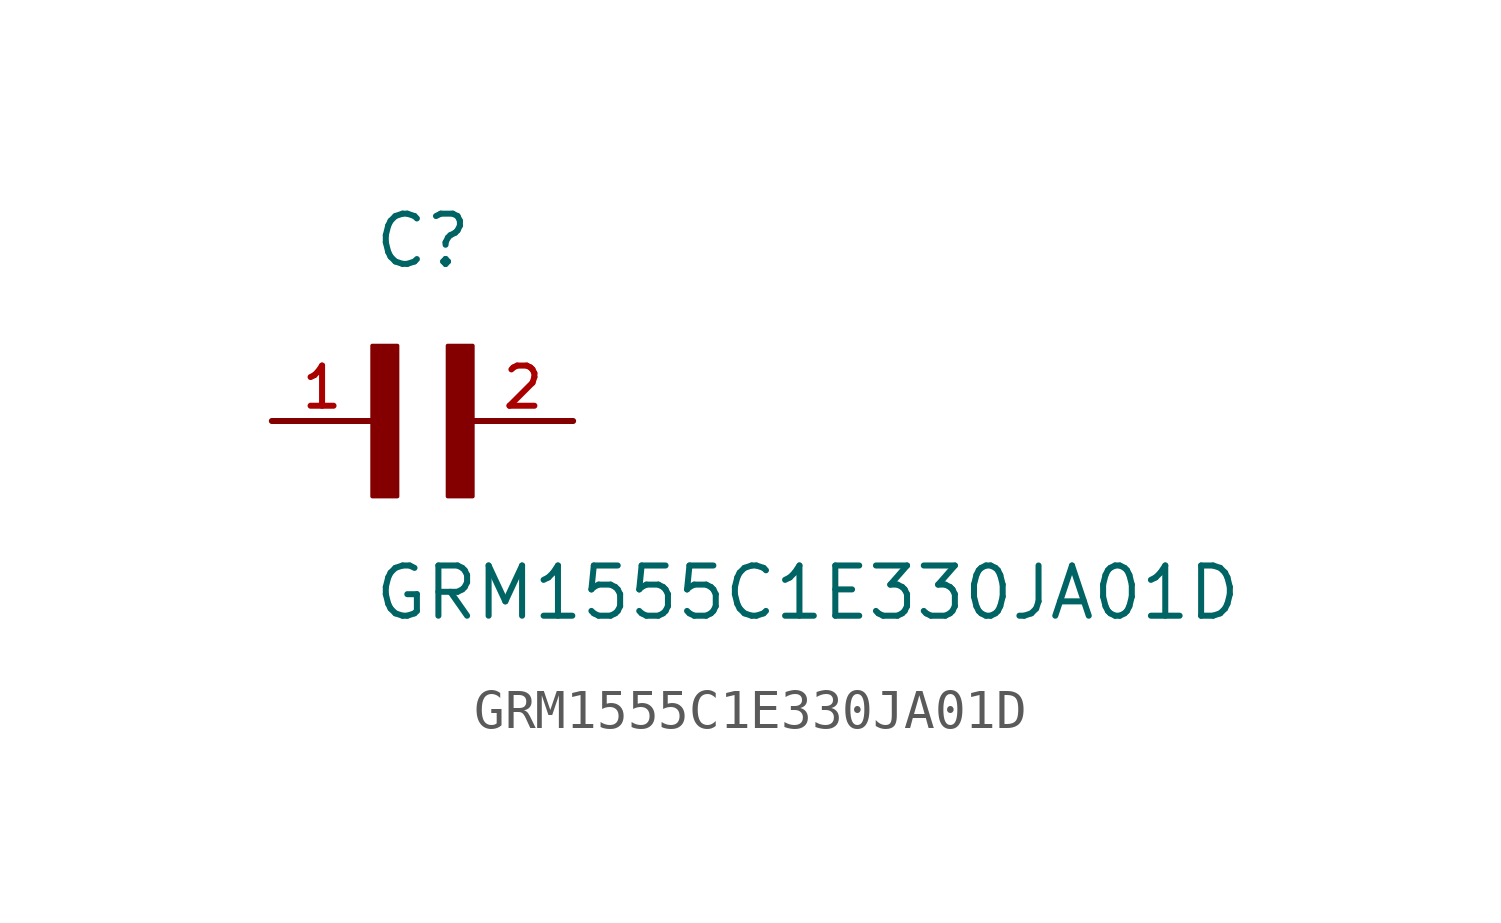
<source format=kicad_sym>
(kicad_symbol_lib
  (version 20211014)
  (generator kicad_symbol_editor)
  (symbol "GRM1555C1E330JA01D"
    (pin_names
      (offset 1.016))
    (property "Reference" "C"
      (at 0.0 3.811 0)
      (effects (font (size 1.27 1.27)) (justify bottom left)))
    (property "Value" "GRM1555C1E330JA01D"
      (at 0.0 -5.088 0)
      (effects (font (size 1.27 1.27)) (justify bottom left)))
    (symbol "GRM1555C1E330JA01D_0_0"
      (rectangle (start 0.0 -1.907) (end 0.635 1.905) (stroke (width 0.1)) (fill (type outline)))
      (rectangle (start 1.907 -1.907) (end 2.54 1.905) (stroke (width 0.1)) (fill (type outline)))
      (pin passive line (at 5.08 0.0 180.0) (length 2.54) (name "~" (effects (font (size 1.016 1.016)))) (number "2" (effects (font (size 1.016 1.016)))))
      (pin passive line (at -2.54 0.0 0) (length 2.54) (name "~" (effects (font (size 1.016 1.016)))) (number "1" (effects (font (size 1.016 1.016))))))))
</source>
